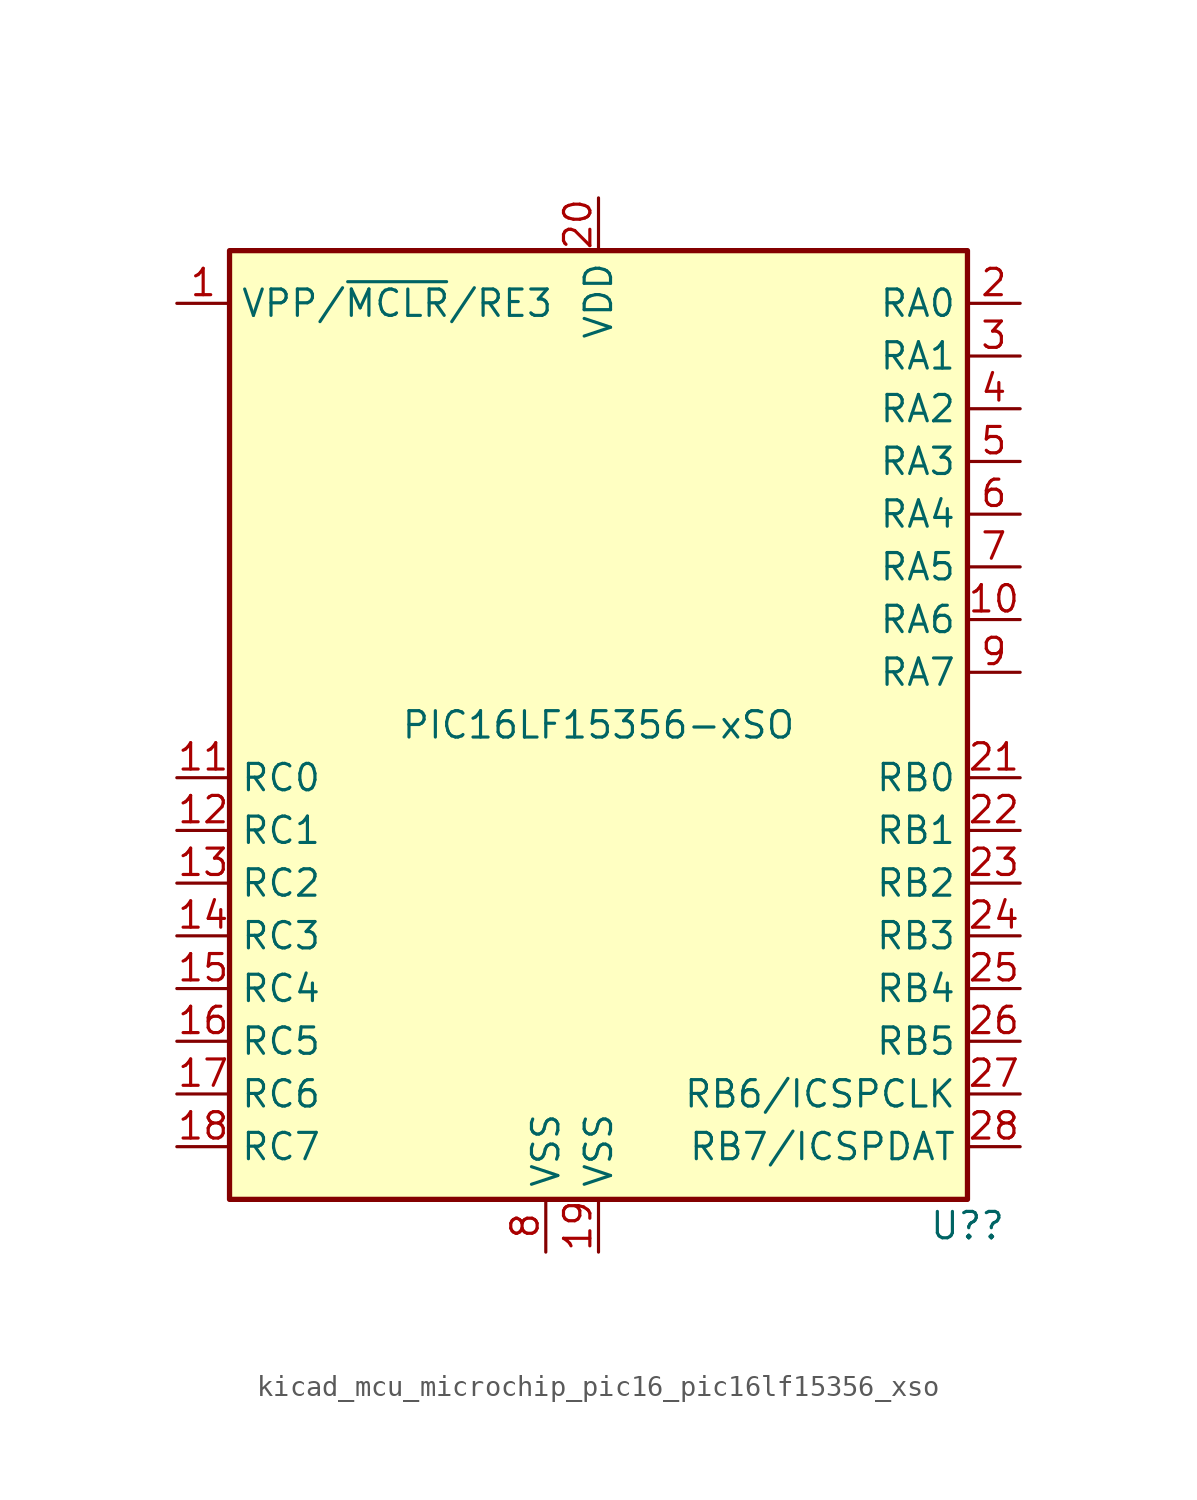
<source format=kicad_sym>
(kicad_symbol_lib
  (version 20220914)
  (generator kicad_symbol_editor)
  (symbol "kicad_mcu_microchip_pic16_pic16lf15356_xso"
    (property "Reference" "U?"
      (at 17.78 -24.13 0)
      (effects (font (size 1.27 1.27))))
    (property "Value" "PIC16LF15356-xSO"
      (at 0 0 0)
      (effects (font (size 1.27 1.27))))
    (symbol "kicad_mcu_microchip_pic16_pic16lf15356_xso_0_1"
      (rectangle (start 17.78 22.86) (end -17.78 -22.86) (stroke (width 0.254) (type default)) (fill (type background))))
    (symbol "kicad_mcu_microchip_pic16_pic16lf15356_xso_1_1"
      (pin bidirectional line (at -20.32 20.32 0) (length 2.54) (name "VPP/~{MCLR}/RE3" (effects (font (size 1.27 1.27)))) (number "1" (effects (font (size 1.27 1.27)))))
      (pin bidirectional line (at 20.32 5.08 180) (length 2.54) (name "RA6" (effects (font (size 1.27 1.27)))) (number "10" (effects (font (size 1.27 1.27)))))
      (pin bidirectional line (at -20.32 -2.54 0) (length 2.54) (name "RC0" (effects (font (size 1.27 1.27)))) (number "11" (effects (font (size 1.27 1.27)))))
      (pin bidirectional line (at -20.32 -5.08 0) (length 2.54) (name "RC1" (effects (font (size 1.27 1.27)))) (number "12" (effects (font (size 1.27 1.27)))))
      (pin bidirectional line (at -20.32 -7.62 0) (length 2.54) (name "RC2" (effects (font (size 1.27 1.27)))) (number "13" (effects (font (size 1.27 1.27)))))
      (pin bidirectional line (at -20.32 -10.16 0) (length 2.54) (name "RC3" (effects (font (size 1.27 1.27)))) (number "14" (effects (font (size 1.27 1.27)))))
      (pin bidirectional line (at -20.32 -12.7 0) (length 2.54) (name "RC4" (effects (font (size 1.27 1.27)))) (number "15" (effects (font (size 1.27 1.27)))))
      (pin bidirectional line (at -20.32 -15.24 0) (length 2.54) (name "RC5" (effects (font (size 1.27 1.27)))) (number "16" (effects (font (size 1.27 1.27)))))
      (pin bidirectional line (at -20.32 -17.78 0) (length 2.54) (name "RC6" (effects (font (size 1.27 1.27)))) (number "17" (effects (font (size 1.27 1.27)))))
      (pin bidirectional line (at -20.32 -20.32 0) (length 2.54) (name "RC7" (effects (font (size 1.27 1.27)))) (number "18" (effects (font (size 1.27 1.27)))))
      (pin power_in line (at 0 -25.4 90) (length 2.54) (name "VSS" (effects (font (size 1.27 1.27)))) (number "19" (effects (font (size 1.27 1.27)))))
      (pin bidirectional line (at 20.32 20.32 180) (length 2.54) (name "RA0" (effects (font (size 1.27 1.27)))) (number "2" (effects (font (size 1.27 1.27)))))
      (pin power_in line (at 0 25.4 270) (length 2.54) (name "VDD" (effects (font (size 1.27 1.27)))) (number "20" (effects (font (size 1.27 1.27)))))
      (pin bidirectional line (at 20.32 -2.54 180) (length 2.54) (name "RB0" (effects (font (size 1.27 1.27)))) (number "21" (effects (font (size 1.27 1.27)))))
      (pin bidirectional line (at 20.32 -5.08 180) (length 2.54) (name "RB1" (effects (font (size 1.27 1.27)))) (number "22" (effects (font (size 1.27 1.27)))))
      (pin bidirectional line (at 20.32 -7.62 180) (length 2.54) (name "RB2" (effects (font (size 1.27 1.27)))) (number "23" (effects (font (size 1.27 1.27)))))
      (pin bidirectional line (at 20.32 -10.16 180) (length 2.54) (name "RB3" (effects (font (size 1.27 1.27)))) (number "24" (effects (font (size 1.27 1.27)))))
      (pin bidirectional line (at 20.32 -12.7 180) (length 2.54) (name "RB4" (effects (font (size 1.27 1.27)))) (number "25" (effects (font (size 1.27 1.27)))))
      (pin bidirectional line (at 20.32 -15.24 180) (length 2.54) (name "RB5" (effects (font (size 1.27 1.27)))) (number "26" (effects (font (size 1.27 1.27)))))
      (pin bidirectional line (at 20.32 -17.78 180) (length 2.54) (name "RB6/ICSPCLK" (effects (font (size 1.27 1.27)))) (number "27" (effects (font (size 1.27 1.27)))))
      (pin bidirectional line (at 20.32 -20.32 180) (length 2.54) (name "RB7/ICSPDAT" (effects (font (size 1.27 1.27)))) (number "28" (effects (font (size 1.27 1.27)))))
      (pin bidirectional line (at 20.32 17.78 180) (length 2.54) (name "RA1" (effects (font (size 1.27 1.27)))) (number "3" (effects (font (size 1.27 1.27)))))
      (pin bidirectional line (at 20.32 15.24 180) (length 2.54) (name "RA2" (effects (font (size 1.27 1.27)))) (number "4" (effects (font (size 1.27 1.27)))))
      (pin bidirectional line (at 20.32 12.7 180) (length 2.54) (name "RA3" (effects (font (size 1.27 1.27)))) (number "5" (effects (font (size 1.27 1.27)))))
      (pin bidirectional line (at 20.32 10.16 180) (length 2.54) (name "RA4" (effects (font (size 1.27 1.27)))) (number "6" (effects (font (size 1.27 1.27)))))
      (pin bidirectional line (at 20.32 7.62 180) (length 2.54) (name "RA5" (effects (font (size 1.27 1.27)))) (number "7" (effects (font (size 1.27 1.27)))))
      (pin power_in line (at -2.54 -25.4 90) (length 2.54) (name "VSS" (effects (font (size 1.27 1.27)))) (number "8" (effects (font (size 1.27 1.27)))))
      (pin bidirectional line (at 20.32 2.54 180) (length 2.54) (name "RA7" (effects (font (size 1.27 1.27)))) (number "9" (effects (font (size 1.27 1.27))))))))
</source>
